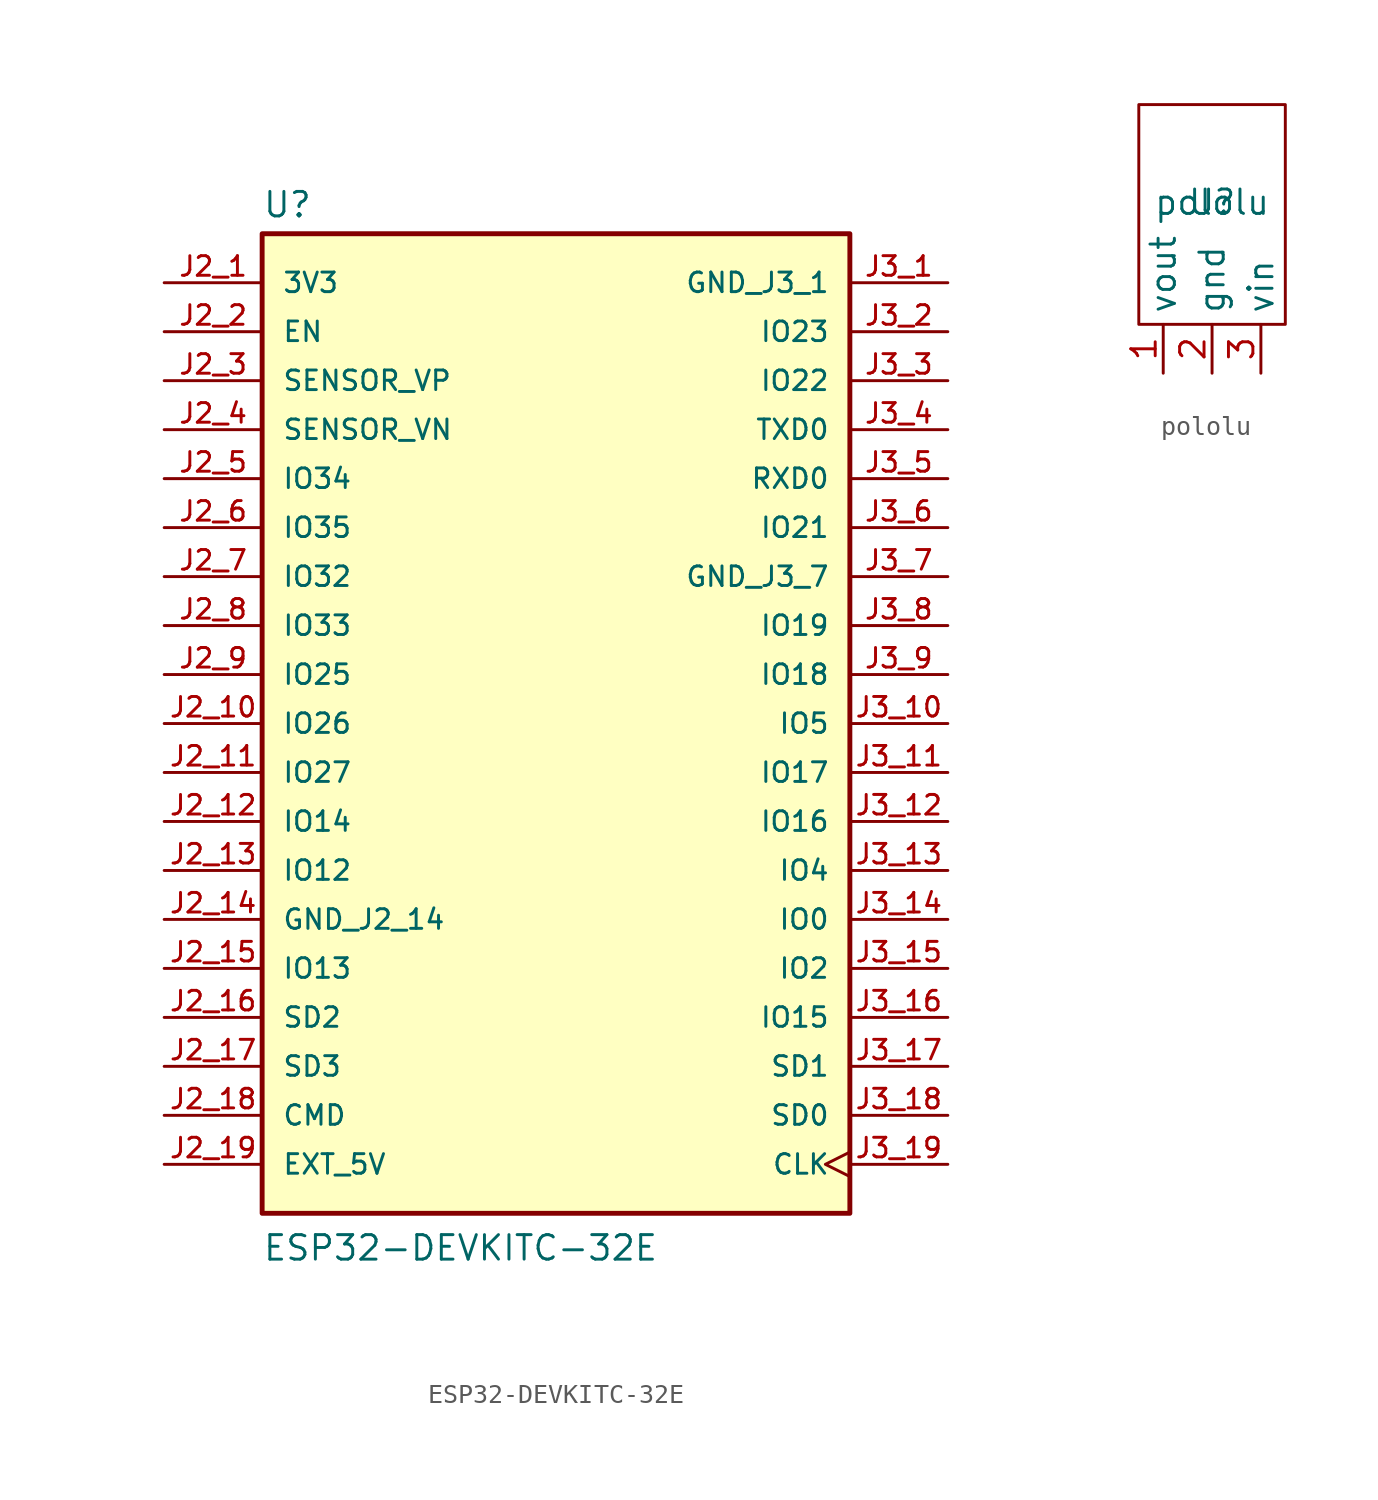
<source format=kicad_sym>
(kicad_symbol_lib
  (version 20220914)
  (generator kicad_symbol_editor)
  (symbol "ESP32-DEVKITC-32E"
    (pin_names
      (offset 1.016))
    (property "Reference" "U"
      (at -15.24 26.162 0)
      (effects (font (size 1.27 1.27)) (justify left bottom)))
    (property "Value" "ESP32-DEVKITC-32E"
      (at -15.24 -27.94 0)
      (effects (font (size 1.27 1.27)) (justify left bottom)))
    (symbol "ESP32-DEVKITC-32E_0_0"
      (rectangle (start -15.24 25.4) (end 15.24 -25.4) (stroke (width 0.254) (type default)) (fill (type background)))
      (pin power_in line (at -20.32 22.86 0) (length 5.08) (name "3V3" (effects (font (size 1.016 1.016)))) (number "J2_1" (effects (font (size 1.016 1.016)))))
      (pin bidirectional line (at -20.32 0 0) (length 5.08) (name "IO26" (effects (font (size 1.016 1.016)))) (number "J2_10" (effects (font (size 1.016 1.016)))))
      (pin bidirectional line (at -20.32 -2.54 0) (length 5.08) (name "IO27" (effects (font (size 1.016 1.016)))) (number "J2_11" (effects (font (size 1.016 1.016)))))
      (pin bidirectional line (at -20.32 -5.08 0) (length 5.08) (name "IO14" (effects (font (size 1.016 1.016)))) (number "J2_12" (effects (font (size 1.016 1.016)))))
      (pin bidirectional line (at -20.32 -7.62 0) (length 5.08) (name "IO12" (effects (font (size 1.016 1.016)))) (number "J2_13" (effects (font (size 1.016 1.016)))))
      (pin power_in line (at -20.32 -10.16 0) (length 5.08) (name "GND_J2_14" (effects (font (size 1.016 1.016)))) (number "J2_14" (effects (font (size 1.016 1.016)))))
      (pin bidirectional line (at -20.32 -12.7 0) (length 5.08) (name "IO13" (effects (font (size 1.016 1.016)))) (number "J2_15" (effects (font (size 1.016 1.016)))))
      (pin bidirectional line (at -20.32 -15.24 0) (length 5.08) (name "SD2" (effects (font (size 1.016 1.016)))) (number "J2_16" (effects (font (size 1.016 1.016)))))
      (pin bidirectional line (at -20.32 -17.78 0) (length 5.08) (name "SD3" (effects (font (size 1.016 1.016)))) (number "J2_17" (effects (font (size 1.016 1.016)))))
      (pin bidirectional line (at -20.32 -20.32 0) (length 5.08) (name "CMD" (effects (font (size 1.016 1.016)))) (number "J2_18" (effects (font (size 1.016 1.016)))))
      (pin power_in line (at -20.32 -22.86 0) (length 5.08) (name "EXT_5V" (effects (font (size 1.016 1.016)))) (number "J2_19" (effects (font (size 1.016 1.016)))))
      (pin input line (at -20.32 20.32 0) (length 5.08) (name "EN" (effects (font (size 1.016 1.016)))) (number "J2_2" (effects (font (size 1.016 1.016)))))
      (pin bidirectional line (at -20.32 17.78 0) (length 5.08) (name "SENSOR_VP" (effects (font (size 1.016 1.016)))) (number "J2_3" (effects (font (size 1.016 1.016)))))
      (pin bidirectional line (at -20.32 15.24 0) (length 5.08) (name "SENSOR_VN" (effects (font (size 1.016 1.016)))) (number "J2_4" (effects (font (size 1.016 1.016)))))
      (pin bidirectional line (at -20.32 12.7 0) (length 5.08) (name "IO34" (effects (font (size 1.016 1.016)))) (number "J2_5" (effects (font (size 1.016 1.016)))))
      (pin bidirectional line (at -20.32 10.16 0) (length 5.08) (name "IO35" (effects (font (size 1.016 1.016)))) (number "J2_6" (effects (font (size 1.016 1.016)))))
      (pin bidirectional line (at -20.32 7.62 0) (length 5.08) (name "IO32" (effects (font (size 1.016 1.016)))) (number "J2_7" (effects (font (size 1.016 1.016)))))
      (pin bidirectional line (at -20.32 5.08 0) (length 5.08) (name "IO33" (effects (font (size 1.016 1.016)))) (number "J2_8" (effects (font (size 1.016 1.016)))))
      (pin bidirectional line (at -20.32 2.54 0) (length 5.08) (name "IO25" (effects (font (size 1.016 1.016)))) (number "J2_9" (effects (font (size 1.016 1.016)))))
      (pin power_in line (at 20.32 22.86 180) (length 5.08) (name "GND_J3_1" (effects (font (size 1.016 1.016)))) (number "J3_1" (effects (font (size 1.016 1.016)))))
      (pin bidirectional line (at 20.32 0 180) (length 5.08) (name "IO5" (effects (font (size 1.016 1.016)))) (number "J3_10" (effects (font (size 1.016 1.016)))))
      (pin bidirectional line (at 20.32 -2.54 180) (length 5.08) (name "IO17" (effects (font (size 1.016 1.016)))) (number "J3_11" (effects (font (size 1.016 1.016)))))
      (pin bidirectional line (at 20.32 -5.08 180) (length 5.08) (name "IO16" (effects (font (size 1.016 1.016)))) (number "J3_12" (effects (font (size 1.016 1.016)))))
      (pin bidirectional line (at 20.32 -7.62 180) (length 5.08) (name "IO4" (effects (font (size 1.016 1.016)))) (number "J3_13" (effects (font (size 1.016 1.016)))))
      (pin bidirectional line (at 20.32 -10.16 180) (length 5.08) (name "IO0" (effects (font (size 1.016 1.016)))) (number "J3_14" (effects (font (size 1.016 1.016)))))
      (pin bidirectional line (at 20.32 -12.7 180) (length 5.08) (name "IO2" (effects (font (size 1.016 1.016)))) (number "J3_15" (effects (font (size 1.016 1.016)))))
      (pin bidirectional line (at 20.32 -15.24 180) (length 5.08) (name "IO15" (effects (font (size 1.016 1.016)))) (number "J3_16" (effects (font (size 1.016 1.016)))))
      (pin bidirectional line (at 20.32 -17.78 180) (length 5.08) (name "SD1" (effects (font (size 1.016 1.016)))) (number "J3_17" (effects (font (size 1.016 1.016)))))
      (pin bidirectional line (at 20.32 -20.32 180) (length 5.08) (name "SD0" (effects (font (size 1.016 1.016)))) (number "J3_18" (effects (font (size 1.016 1.016)))))
      (pin bidirectional clock (at 20.32 -22.86 180) (length 5.08) (name "CLK" (effects (font (size 1.016 1.016)))) (number "J3_19" (effects (font (size 1.016 1.016)))))
      (pin bidirectional line (at 20.32 20.32 180) (length 5.08) (name "IO23" (effects (font (size 1.016 1.016)))) (number "J3_2" (effects (font (size 1.016 1.016)))))
      (pin bidirectional line (at 20.32 17.78 180) (length 5.08) (name "IO22" (effects (font (size 1.016 1.016)))) (number "J3_3" (effects (font (size 1.016 1.016)))))
      (pin bidirectional line (at 20.32 15.24 180) (length 5.08) (name "TXD0" (effects (font (size 1.016 1.016)))) (number "J3_4" (effects (font (size 1.016 1.016)))))
      (pin bidirectional line (at 20.32 12.7 180) (length 5.08) (name "RXD0" (effects (font (size 1.016 1.016)))) (number "J3_5" (effects (font (size 1.016 1.016)))))
      (pin bidirectional line (at 20.32 10.16 180) (length 5.08) (name "IO21" (effects (font (size 1.016 1.016)))) (number "J3_6" (effects (font (size 1.016 1.016)))))
      (pin power_in line (at 20.32 7.62 180) (length 5.08) (name "GND_J3_7" (effects (font (size 1.016 1.016)))) (number "J3_7" (effects (font (size 1.016 1.016)))))
      (pin bidirectional line (at 20.32 5.08 180) (length 5.08) (name "IO19" (effects (font (size 1.016 1.016)))) (number "J3_8" (effects (font (size 1.016 1.016)))))
      (pin bidirectional line (at 20.32 2.54 180) (length 5.08) (name "IO18" (effects (font (size 1.016 1.016)))) (number "J3_9" (effects (font (size 1.016 1.016)))))))
  (symbol "pololu"
    (property "Reference" "U"
      (at 0 0 0)
      (effects (font (size 1.27 1.27))))
    (property "Value" "pololu"
      (at 0 0 0)
      (effects (font (size 1.27 1.27))))
    (symbol "pololu_0_1"
      (rectangle (start -3.81 5.08) (end 3.81 -6.35) (stroke (width 0) (type default)) (fill (type none))))
    (symbol "pololu_1_1"
      (pin power_out line (at -2.54 -8.89 90) (length 2.54) (name "vout" (effects (font (size 1.27 1.27)))) (number "1" (effects (font (size 1.27 1.27)))))
      (pin power_in line (at 0 -8.89 90) (length 2.54) (name "gnd" (effects (font (size 1.27 1.27)))) (number "2" (effects (font (size 1.27 1.27)))))
      (pin power_in line (at 2.54 -8.89 90) (length 2.54) (name "vin" (effects (font (size 1.27 1.27)))) (number "3" (effects (font (size 1.27 1.27))))))))
</source>
